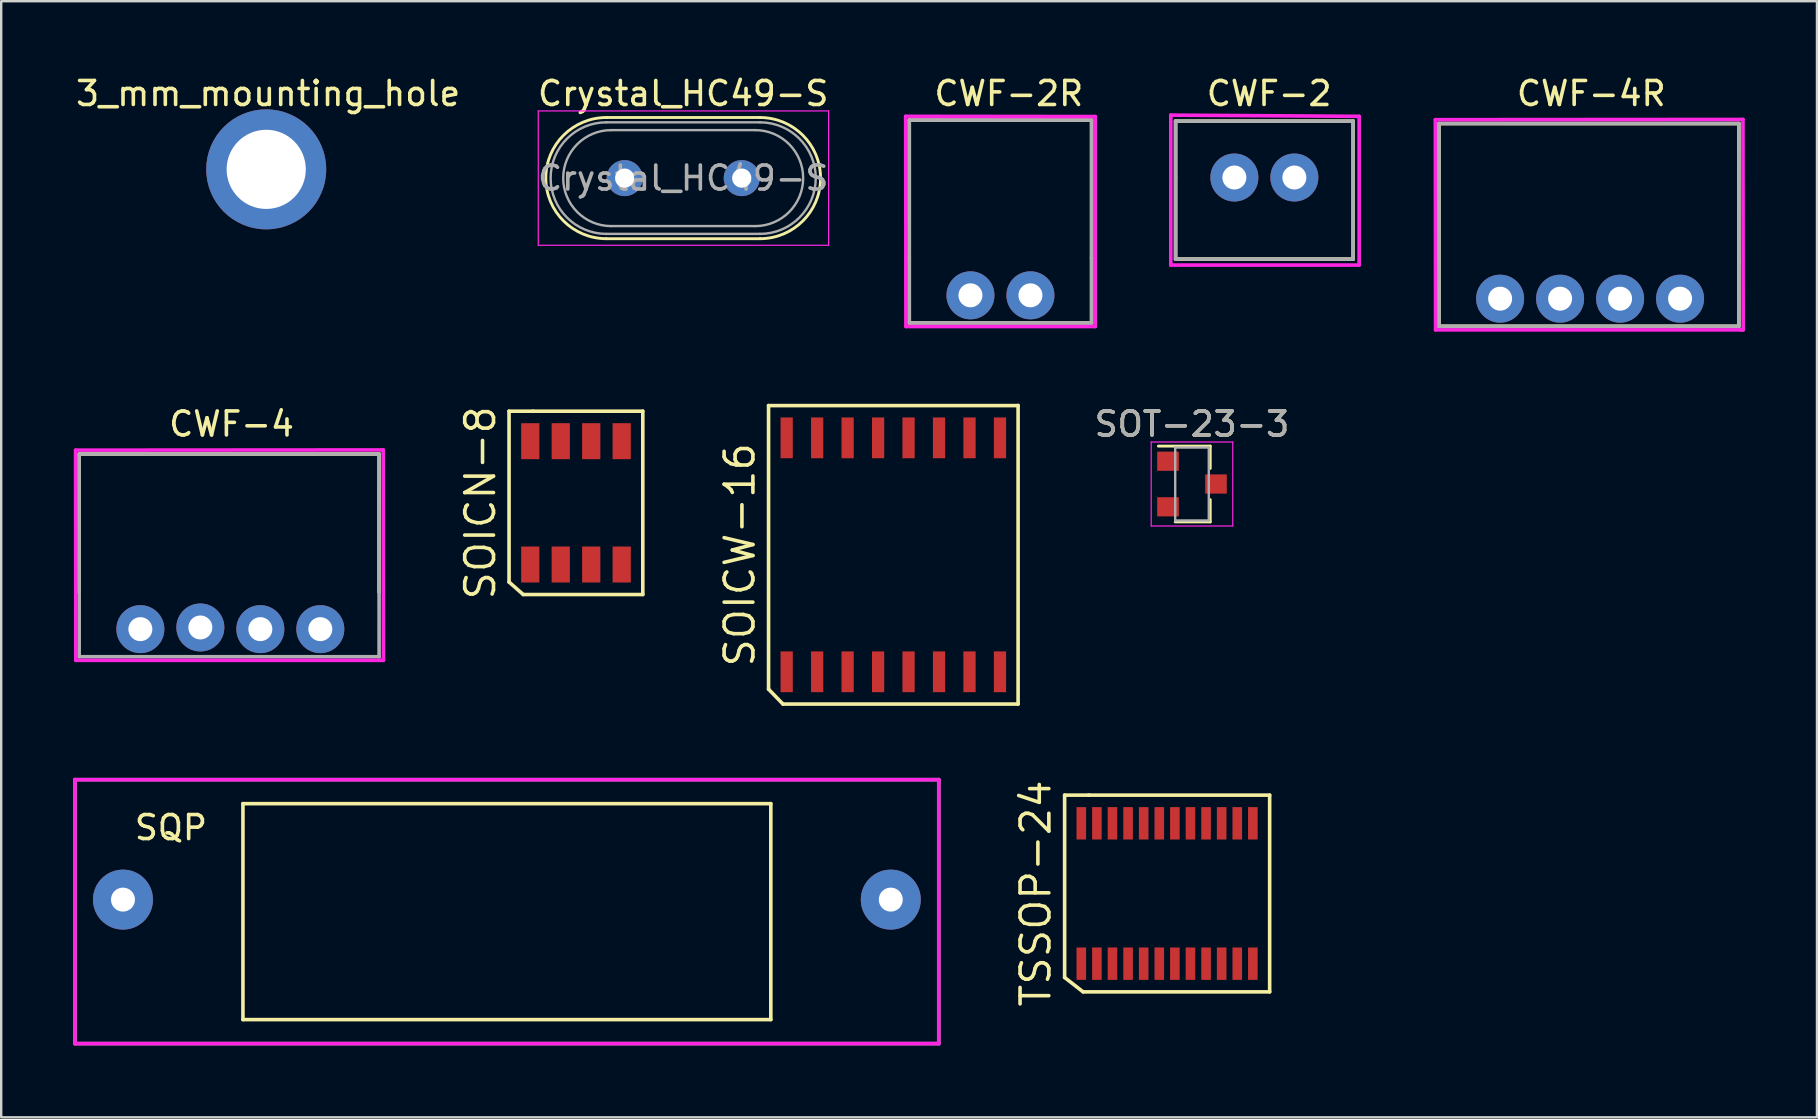
<source format=kicad_pcb>
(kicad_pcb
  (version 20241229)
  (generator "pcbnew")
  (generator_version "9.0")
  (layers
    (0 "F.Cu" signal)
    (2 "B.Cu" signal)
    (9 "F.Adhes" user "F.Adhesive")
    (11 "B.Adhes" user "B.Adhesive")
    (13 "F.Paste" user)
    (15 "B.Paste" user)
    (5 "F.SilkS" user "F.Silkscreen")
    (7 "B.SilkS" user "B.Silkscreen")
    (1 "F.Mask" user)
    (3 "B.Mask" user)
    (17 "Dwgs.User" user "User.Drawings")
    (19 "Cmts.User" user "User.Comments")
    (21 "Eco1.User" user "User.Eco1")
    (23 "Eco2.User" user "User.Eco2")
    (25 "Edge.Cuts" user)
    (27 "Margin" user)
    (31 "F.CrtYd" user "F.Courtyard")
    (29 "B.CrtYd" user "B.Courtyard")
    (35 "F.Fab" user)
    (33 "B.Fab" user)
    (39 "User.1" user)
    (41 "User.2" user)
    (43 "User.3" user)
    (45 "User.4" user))
  (footprint "SQP"
    (layer "F.Cu")
    (at 2.075 34.443)
    (property "Reference" "SQP" (at 2 -3 0) (layer "F.SilkS") (effects (font (size 1 1) (thickness 0.15))))
    (attr through_hole)
    (fp_line (start 5 -4) (end 27 -4) (stroke (width 0.15) (type solid)) (layer "F.SilkS"))
    (fp_line (start 5 5) (end 5 -4) (stroke (width 0.15) (type solid)) (layer "F.SilkS"))
    (fp_line (start 27 -4) (end 27 5) (stroke (width 0.15) (type solid)) (layer "F.SilkS"))
    (fp_line (start 27 5) (end 5 5) (stroke (width 0.15) (type solid)) (layer "F.SilkS"))
    (fp_line (start -2 -5) (end -2 6) (stroke (width 0.15) (type solid)) (layer "F.CrtYd"))
    (fp_line (start -2 6) (end 34 6) (stroke (width 0.15) (type solid)) (layer "F.CrtYd"))
    (fp_line (start 34 -5) (end -2 -5) (stroke (width 0.15) (type solid)) (layer "F.CrtYd"))
    (fp_line (start 34 6) (end 34 -5) (stroke (width 0.15) (type solid)) (layer "F.CrtYd"))
    (fp_line (start -2 -5) (end 34 -5) (stroke (width 0.15) (type solid)) (layer "F.Fab"))
    (fp_line (start -2 6) (end -2 -5) (stroke (width 0.15) (type solid)) (layer "F.Fab"))
    (fp_line (start 34 -5) (end 34 6) (stroke (width 0.15) (type solid)) (layer "F.Fab"))
    (fp_line (start 34 6) (end -2 6) (stroke (width 0.15) (type solid)) (layer "F.Fab"))
    (pad "1" thru_hole circle (at 0 0) (size 2.5 2.5) (drill 1) (layers "*.Cu" "*.Mask"))
    (pad "2" thru_hole circle (at 32 0) (size 2.5 2.5) (drill 1) (layers "*.Cu" "*.Mask")))
  (footprint "CWF-4"
    (layer "F.Cu")
    (at 0.25 15.871)
    (property "Reference" "CWF-4" (at 6.35 -1.25 0) (layer "F.SilkS") (effects (font (size 1 1) (thickness 0.15))))
    (attr through_hole)
    (fp_line (start 0 0) (end 0 5.75) (stroke (width 0.15) (type solid)) (layer "F.SilkS"))
    (fp_line (start 12.5 0) (end 0 0) (stroke (width 0.15) (type solid)) (layer "F.SilkS"))
    (fp_line (start 12.5 0) (end 12.5 5.75) (stroke (width 0.15) (type solid)) (layer "F.SilkS"))
    (fp_line (start -0.15 -0.16) (end -0.14 8.6) (stroke (width 0.15) (type solid)) (layer "F.CrtYd"))
    (fp_line (start -0.15 -0.16) (end 12.67 -0.17) (stroke (width 0.15) (type solid)) (layer "F.CrtYd"))
    (fp_line (start -0.14 8.6) (end 12.6 8.6) (stroke (width 0.15) (type solid)) (layer "F.CrtYd"))
    (fp_line (start 12.67 -0.17) (end 12.68 8.6) (stroke (width 0.15) (type solid)) (layer "F.CrtYd"))
    (fp_line (start 12.68 8.6) (end 12.57 8.6) (stroke (width 0.15) (type solid)) (layer "F.CrtYd"))
    (fp_line (start 0 0) (end 0 5.75) (stroke (width 0.15) (type solid)) (layer "F.Fab"))
    (fp_line (start 0 5.74) (end 0 8.45) (stroke (width 0.15) (type solid)) (layer "F.Fab"))
    (fp_line (start 0 8.45) (end 12.5 8.45) (stroke (width 0.15) (type solid)) (layer "F.Fab"))
    (fp_line (start 12.5 0) (end 0 0) (stroke (width 0.15) (type solid)) (layer "F.Fab"))
    (fp_line (start 12.5 0) (end 12.5 5.75) (stroke (width 0.15) (type solid)) (layer "F.Fab"))
    (fp_line (start 12.5 5.75) (end 12.5 8.45) (stroke (width 0.15) (type solid)) (layer "F.Fab"))
    (pad "1" thru_hole circle (at 2.55 7.3) (size 2 2) (drill 1) (layers "*.Cu" "*.Mask"))
    (pad "2" thru_hole circle (at 5.05 7.23) (size 2 2) (drill 1) (layers "*.Cu" "*.Mask"))
    (pad "3" thru_hole circle (at 7.55 7.3) (size 2 2) (drill 1) (layers "*.Cu" "*.Mask"))
    (pad "4" thru_hole circle (at 10.05 7.3) (size 2 2) (drill 1) (layers "*.Cu" "*.Mask")))
  (footprint "CWF-2"
    (layer "F.Cu")
    (at 45.945 1.998)
    (property "Reference" "CWF-2" (at 3.9 -1.15 0) (layer "F.SilkS") (effects (font (size 1 1) (thickness 0.15))))
    (attr through_hole)
    (fp_line (start 0 0) (end 0 5.75) (stroke (width 0.15) (type solid)) (layer "F.SilkS"))
    (fp_line (start 0 5.75) (end 7.4 5.75) (stroke (width 0.15) (type solid)) (layer "F.SilkS"))
    (fp_line (start 7.4 0) (end 0 0) (stroke (width 0.15) (type solid)) (layer "F.SilkS"))
    (fp_line (start 7.4 5.75) (end 7.4 0) (stroke (width 0.15) (type solid)) (layer "F.SilkS"))
    (fp_line (start -0.2 -0.25) (end -0.2 6) (stroke (width 0.15) (type solid)) (layer "F.CrtYd"))
    (fp_line (start -0.2 6) (end 7.65 6) (stroke (width 0.15) (type solid)) (layer "F.CrtYd"))
    (fp_line (start 7.65 -0.2) (end -0.2 -0.25) (stroke (width 0.15) (type solid)) (layer "F.CrtYd"))
    (fp_line (start 7.65 6) (end 7.65 -0.2) (stroke (width 0.15) (type solid)) (layer "F.CrtYd"))
    (fp_line (start 0 0) (end 0 2.35) (stroke (width 0.15) (type solid)) (layer "F.Fab"))
    (fp_line (start 0 2.35) (end 0 5.75) (stroke (width 0.15) (type solid)) (layer "F.Fab"))
    (fp_line (start 0 5.75) (end 7.4 5.75) (stroke (width 0.15) (type solid)) (layer "F.Fab"))
    (fp_line (start 7.4 0) (end 0 0) (stroke (width 0.15) (type solid)) (layer "F.Fab"))
    (fp_line (start 7.4 5.75) (end 7.4 0) (stroke (width 0.15) (type solid)) (layer "F.Fab"))
    (pad "1" thru_hole circle (at 2.45 2.35) (size 2 2) (drill 1) (layers "*.Cu" "*.Mask"))
    (pad "2" thru_hole circle (at 4.95 2.35) (size 2 2) (drill 1) (layers "*.Cu" "*.Mask")))
  (footprint "SOICN-8"
    (layer "F.Cu")
    (at 20.955 17.907)
    (property "Reference" "SOICN-8" (at -3.985 0 90) (layer "F.SilkS") (effects (font (size 1.2 1.2) (thickness 0.15))))
    (attr through_hole)
    (fp_line (start -2.79 -3.82) (end -2.79 3.3) (stroke (width 0.15) (type solid)) (layer "F.SilkS"))
    (fp_line (start -2.79 3.3) (end -2.2 3.82) (stroke (width 0.15) (type solid)) (layer "F.SilkS"))
    (fp_line (start -2.2 3.82) (end 2.785 3.82) (stroke (width 0.15) (type solid)) (layer "F.SilkS"))
    (fp_line (start -1.79 -3.82) (end -2.79 -3.82) (stroke (width 0.15) (type solid)) (layer "F.SilkS"))
    (fp_line (start 2.785 -3.82) (end -1.785 -3.82) (stroke (width 0.15) (type solid)) (layer "F.SilkS"))
    (fp_line (start 2.785 3.82) (end 2.785 -3.82) (stroke (width 0.15) (type solid)) (layer "F.SilkS"))
    (pad "1" smd rect (at -1.905 2.57) (size 0.76 1.5) (layers "F.Cu" "F.Mask" "F.Paste"))
    (pad "2" smd rect (at -0.635 2.57) (size 0.76 1.5) (layers "F.Cu" "F.Mask" "F.Paste"))
    (pad "3" smd rect (at 0.635 2.57) (size 0.76 1.5) (layers "F.Cu" "F.Mask" "F.Paste"))
    (pad "4" smd rect (at 1.905 2.57) (size 0.76 1.5) (layers "F.Cu" "F.Mask" "F.Paste"))
    (pad "5" smd rect (at 1.905 -2.57) (size 0.76 1.5) (layers "F.Cu" "F.Mask" "F.Paste"))
    (pad "6" smd rect (at 0.635 -2.57) (size 0.76 1.5) (layers "F.Cu" "F.Mask" "F.Paste"))
    (pad "7" smd rect (at -0.635 -2.57) (size 0.76 1.5) (layers "F.Cu" "F.Mask" "F.Paste"))
    (pad "8" smd rect (at -1.905 -2.57) (size 0.76 1.5) (layers "F.Cu" "F.Mask" "F.Paste")))
  (footprint "SOT-23-3"
    (layer "F.Cu")
    (at 46.628 17.122)
    (property "Reference" "SOT-23-3" (at 0 -2.5 0) (layer "F.SilkS") (effects (font (size 1 1) (thickness 0.15))))
    (attr smd)
    (fp_line (start 0.76 -1.58) (end -1.4 -1.58) (stroke (width 0.12) (type solid)) (layer "F.SilkS"))
    (fp_line (start 0.76 -1.58) (end 0.76 -0.65) (stroke (width 0.12) (type solid)) (layer "F.SilkS"))
    (fp_line (start 0.76 1.58) (end -0.7 1.58) (stroke (width 0.12) (type solid)) (layer "F.SilkS"))
    (fp_line (start 0.76 1.58) (end 0.76 0.65) (stroke (width 0.12) (type solid)) (layer "F.SilkS"))
    (fp_line (start -1.7 -1.75) (end 1.7 -1.75) (stroke (width 0.05) (type solid)) (layer "F.CrtYd"))
    (fp_line (start -1.7 1.75) (end -1.7 -1.75) (stroke (width 0.05) (type solid)) (layer "F.CrtYd"))
    (fp_line (start 1.7 -1.75) (end 1.7 1.75) (stroke (width 0.05) (type solid)) (layer "F.CrtYd"))
    (fp_line (start 1.7 1.75) (end -1.7 1.75) (stroke (width 0.05) (type solid)) (layer "F.CrtYd"))
    (fp_line (start -0.7 -1.52) (end -0.7 1.52) (stroke (width 0.1) (type solid)) (layer "F.Fab"))
    (fp_line (start -0.7 -1.52) (end 0.7 -1.52) (stroke (width 0.1) (type solid)) (layer "F.Fab"))
    (fp_line (start -0.7 1.52) (end 0.7 1.52) (stroke (width 0.1) (type solid)) (layer "F.Fab"))
    (fp_line (start 0.7 -1.52) (end 0.7 1.52) (stroke (width 0.1) (type solid)) (layer "F.Fab"))
    (fp_text user "${REFERENCE}" (at 0 -2.5 0) (layer "F.Fab") (effects (font (size 1 1) (thickness 0.15))))
    (pad "1" smd rect (at -1 -0.95) (size 0.9 0.8) (layers "F.Cu" "F.Mask" "F.Paste"))
    (pad "2" smd rect (at -1 0.95) (size 0.9 0.8) (layers "F.Cu" "F.Mask" "F.Paste"))
    (pad "3" smd rect (at 1 0) (size 0.9 0.8) (layers "F.Cu" "F.Mask" "F.Paste")))
  (footprint "TSSOP-24"
    (layer "F.Cu")
    (at 45.59 34.188)
    (property "Reference" "TSSOP-24" (at -5.475 0 90) (layer "F.SilkS") (effects (font (size 1.2 1.2) (thickness 0.15))))
    (attr through_hole)
    (fp_line (start -4.27 -4.1) (end -4.27 3.5) (stroke (width 0.15) (type solid)) (layer "F.SilkS"))
    (fp_line (start -3.5 4.1) (end -4.27 3.5) (stroke (width 0.15) (type solid)) (layer "F.SilkS"))
    (fp_line (start -3.5 4.1) (end 4.275 4.1) (stroke (width 0.15) (type solid)) (layer "F.SilkS"))
    (fp_line (start -3.24 -4.1) (end -4.27 -4.1) (stroke (width 0.15) (type solid)) (layer "F.SilkS"))
    (fp_line (start 4.275 -4.1) (end -3.275 -4.1) (stroke (width 0.15) (type solid)) (layer "F.SilkS"))
    (fp_line (start 4.275 4.1) (end 4.275 -4.1) (stroke (width 0.15) (type solid)) (layer "F.SilkS"))
    (pad "1" smd rect (at -3.575 2.925) (size 0.4 1.35) (layers "F.Cu" "F.Mask" "F.Paste"))
    (pad "2" smd rect (at -2.925 2.925) (size 0.4 1.35) (layers "F.Cu" "F.Mask" "F.Paste"))
    (pad "3" smd rect (at -2.275 2.925) (size 0.4 1.35) (layers "F.Cu" "F.Mask" "F.Paste"))
    (pad "4" smd rect (at -1.625 2.925) (size 0.4 1.35) (layers "F.Cu" "F.Mask" "F.Paste"))
    (pad "5" smd rect (at -0.975 2.925) (size 0.4 1.35) (layers "F.Cu" "F.Mask" "F.Paste"))
    (pad "6" smd rect (at -0.325 2.925) (size 0.4 1.35) (layers "F.Cu" "F.Mask" "F.Paste"))
    (pad "7" smd rect (at 0.325 2.925) (size 0.4 1.35) (layers "F.Cu" "F.Mask" "F.Paste"))
    (pad "8" smd rect (at 0.975 2.925) (size 0.4 1.35) (layers "F.Cu" "F.Mask" "F.Paste"))
    (pad "9" smd rect (at 1.625 2.925) (size 0.4 1.35) (layers "F.Cu" "F.Mask" "F.Paste"))
    (pad "10" smd rect (at 2.275 2.925) (size 0.4 1.35) (layers "F.Cu" "F.Mask" "F.Paste"))
    (pad "11" smd rect (at 2.925 2.925) (size 0.4 1.35) (layers "F.Cu" "F.Mask" "F.Paste"))
    (pad "12" smd rect (at 3.575 2.925) (size 0.4 1.35) (layers "F.Cu" "F.Mask" "F.Paste"))
    (pad "13" smd rect (at 3.575 -2.925) (size 0.4 1.35) (layers "F.Cu" "F.Mask" "F.Paste"))
    (pad "14" smd rect (at 2.925 -2.925) (size 0.4 1.35) (layers "F.Cu" "F.Mask" "F.Paste"))
    (pad "15" smd rect (at 2.275 -2.925) (size 0.4 1.35) (layers "F.Cu" "F.Mask" "F.Paste"))
    (pad "16" smd rect (at 1.625 -2.925) (size 0.4 1.35) (layers "F.Cu" "F.Mask" "F.Paste"))
    (pad "17" smd rect (at 0.975 -2.925) (size 0.4 1.35) (layers "F.Cu" "F.Mask" "F.Paste"))
    (pad "18" smd rect (at 0.325 -2.925) (size 0.4 1.35) (layers "F.Cu" "F.Mask" "F.Paste"))
    (pad "19" smd rect (at -0.325 -2.925) (size 0.4 1.35) (layers "F.Cu" "F.Mask" "F.Paste"))
    (pad "20" smd rect (at -0.975 -2.925) (size 0.4 1.35) (layers "F.Cu" "F.Mask" "F.Paste"))
    (pad "21" smd rect (at -1.625 -2.925) (size 0.4 1.35) (layers "F.Cu" "F.Mask" "F.Paste"))
    (pad "22" smd rect (at -2.275 -2.925) (size 0.4 1.35) (layers "F.Cu" "F.Mask" "F.Paste"))
    (pad "23" smd rect (at -2.925 -2.925) (size 0.4 1.35) (layers "F.Cu" "F.Mask" "F.Paste"))
    (pad "24" smd rect (at -3.575 -2.925) (size 0.4 1.35) (layers "F.Cu" "F.Mask" "F.Paste")))
  (footprint "3_mm_mounting_hole"
    (layer "F.Cu")
    (at 8.045 4.008)
    (property "Reference" "3_mm_mounting_hole" (at 0.08 -3.16 0) (layer "F.SilkS") (effects (font (size 1 1) (thickness 0.15))))
    (attr through_hole)
    (pad "1" thru_hole circle (at 0 0) (size 5 5) (drill 3.3) (layers "*.Cu" "*.Mask")))
  (footprint "SOICW-16"
    (layer "F.Cu")
    (at 34.181 20.073)
    (property "Reference" "SOICW-16" (at -6.4 0 90) (layer "F.SilkS") (effects (font (size 1.2 1.2) (thickness 0.15))))
    (attr through_hole)
    (fp_line (start -5.2 -6.22) (end -5.2 5.6) (stroke (width 0.15) (type solid)) (layer "F.SilkS"))
    (fp_line (start -5.2 -6.22) (end 5.2 -6.22) (stroke (width 0.15) (type solid)) (layer "F.SilkS"))
    (fp_line (start -5.2 5.6) (end -4.6 6.22) (stroke (width 0.15) (type solid)) (layer "F.SilkS"))
    (fp_line (start -4.6 6.22) (end 5.2 6.22) (stroke (width 0.15) (type solid)) (layer "F.SilkS"))
    (fp_line (start 5.2 6.22) (end 5.2 -6.225) (stroke (width 0.15) (type solid)) (layer "F.SilkS"))
    (pad "1" smd rect (at -4.445 4.875) (size 0.51 1.7) (layers "F.Cu" "F.Mask" "F.Paste"))
    (pad "2" smd rect (at -3.175 4.875) (size 0.51 1.7) (layers "F.Cu" "F.Mask" "F.Paste"))
    (pad "3" smd rect (at -1.905 4.875) (size 0.51 1.7) (layers "F.Cu" "F.Mask" "F.Paste"))
    (pad "4" smd rect (at -0.635 4.875) (size 0.51 1.7) (layers "F.Cu" "F.Mask" "F.Paste"))
    (pad "5" smd rect (at 0.635 4.875) (size 0.51 1.7) (layers "F.Cu" "F.Mask" "F.Paste"))
    (pad "6" smd rect (at 1.905 4.875) (size 0.51 1.7) (layers "F.Cu" "F.Mask" "F.Paste"))
    (pad "7" smd rect (at 3.175 4.875) (size 0.51 1.7) (layers "F.Cu" "F.Mask" "F.Paste"))
    (pad "8" smd rect (at 4.445 4.875) (size 0.51 1.7) (layers "F.Cu" "F.Mask" "F.Paste"))
    (pad "9" smd rect (at 4.445 -4.875) (size 0.51 1.7) (layers "F.Cu" "F.Mask" "F.Paste"))
    (pad "10" smd rect (at 3.175 -4.875) (size 0.51 1.7) (layers "F.Cu" "F.Mask" "F.Paste"))
    (pad "11" smd rect (at 1.905 -4.875) (size 0.51 1.7) (layers "F.Cu" "F.Mask" "F.Paste"))
    (pad "12" smd rect (at 0.635 -4.875) (size 0.51 1.7) (layers "F.Cu" "F.Mask" "F.Paste"))
    (pad "13" smd rect (at -0.635 -4.875) (size 0.51 1.7) (layers "F.Cu" "F.Mask" "F.Paste"))
    (pad "14" smd rect (at -1.905 -4.875) (size 0.51 1.7) (layers "F.Cu" "F.Mask" "F.Paste"))
    (pad "15" smd rect (at -3.175 -4.875) (size 0.51 1.7) (layers "F.Cu" "F.Mask" "F.Paste"))
    (pad "16" smd rect (at -4.445 -4.875) (size 0.51 1.7) (layers "F.Cu" "F.Mask" "F.Paste")))
  (footprint "CWF-2R"
    (layer "F.Cu")
    (at 34.845 1.958)
    (property "Reference" "CWF-2R" (at 4.15 -1.11 0) (layer "F.SilkS") (effects (font (size 1 1) (thickness 0.15))))
    (attr through_hole)
    (fp_line (start 0 0) (end 0 5.75) (stroke (width 0.15) (type solid)) (layer "F.SilkS"))
    (fp_line (start 0 8.45) (end 0 5.74) (stroke (width 0.15) (type solid)) (layer "F.SilkS"))
    (fp_line (start 7.6 0) (end 0 0) (stroke (width 0.15) (type solid)) (layer "F.SilkS"))
    (fp_line (start 7.6 0) (end 7.6 5.75) (stroke (width 0.15) (type solid)) (layer "F.SilkS"))
    (fp_line (start 7.6 5.75) (end 7.6 8.45) (stroke (width 0.15) (type solid)) (layer "F.SilkS"))
    (fp_line (start 7.6 8.45) (end 0 8.45) (stroke (width 0.15) (type solid)) (layer "F.SilkS"))
    (fp_line (start -0.15 -0.16) (end -0.14 8.6) (stroke (width 0.15) (type solid)) (layer "F.CrtYd"))
    (fp_line (start -0.15 -0.16) (end 7.75 -0.15) (stroke (width 0.15) (type solid)) (layer "F.CrtYd"))
    (fp_line (start -0.14 8.6) (end 7.75 8.6) (stroke (width 0.15) (type solid)) (layer "F.CrtYd"))
    (fp_line (start 7.75 -0.15) (end 7.75 8.6) (stroke (width 0.15) (type solid)) (layer "F.CrtYd"))
    (fp_line (start 0 0) (end 0 5.75) (stroke (width 0.15) (type solid)) (layer "F.Fab"))
    (fp_line (start 0 5.74) (end 0 8.45) (stroke (width 0.15) (type solid)) (layer "F.Fab"))
    (fp_line (start 0 8.45) (end 7.6 8.45) (stroke (width 0.15) (type solid)) (layer "F.Fab"))
    (fp_line (start 7.6 0) (end 0 0) (stroke (width 0.15) (type solid)) (layer "F.Fab"))
    (fp_line (start 7.6 0) (end 7.6 5.75) (stroke (width 0.15) (type solid)) (layer "F.Fab"))
    (fp_line (start 7.6 5.75) (end 7.6 8.45) (stroke (width 0.15) (type solid)) (layer "F.Fab"))
    (pad "1" thru_hole circle (at 2.55 7.3) (size 2 2) (drill 1) (layers "*.Cu" "*.Mask"))
    (pad "2" thru_hole circle (at 5.05 7.3) (size 2 2) (drill 1) (layers "*.Cu" "*.Mask")))
  (footprint "Crystal_HC49-S"
    (layer "F.Cu")
    (at 22.983 4.373)
    (property "Reference" "Crystal_HC49-S" (at 2.44 -3.525 0) (layer "F.SilkS") (effects (font (size 1 1) (thickness 0.15))))
    (attr through_hole)
    (fp_line (start -0.76 -2.525) (end 5.64 -2.525) (stroke (width 0.12) (type solid)) (layer "F.SilkS"))
    (fp_line (start -0.76 2.525) (end 5.64 2.525) (stroke (width 0.12) (type solid)) (layer "F.SilkS"))
    (fp_arc (start -0.76 2.525) (mid -3.285 0) (end -0.76 -2.525) (stroke (width 0.12) (type solid)) (layer "F.SilkS"))
    (fp_arc (start 5.64 -2.525) (mid 8.165 0) (end 5.64 2.525) (stroke (width 0.12) (type solid)) (layer "F.SilkS"))
    (fp_line (start -3.6 -2.8) (end -3.6 2.8) (stroke (width 0.05) (type solid)) (layer "F.CrtYd"))
    (fp_line (start -3.6 2.8) (end 8.5 2.8) (stroke (width 0.05) (type solid)) (layer "F.CrtYd"))
    (fp_line (start 8.5 -2.8) (end -3.6 -2.8) (stroke (width 0.05) (type solid)) (layer "F.CrtYd"))
    (fp_line (start 8.5 2.8) (end 8.5 -2.8) (stroke (width 0.05) (type solid)) (layer "F.CrtYd"))
    (fp_line (start -0.76 -2.325) (end 5.64 -2.325) (stroke (width 0.1) (type solid)) (layer "F.Fab"))
    (fp_line (start -0.76 2.325) (end 5.64 2.325) (stroke (width 0.1) (type solid)) (layer "F.Fab"))
    (fp_line (start -0.56 -2) (end 5.44 -2) (stroke (width 0.1) (type solid)) (layer "F.Fab"))
    (fp_line (start -0.56 2) (end 5.44 2) (stroke (width 0.1) (type solid)) (layer "F.Fab"))
    (fp_arc (start -0.76 2.325) (mid -3.085 0) (end -0.76 -2.325) (stroke (width 0.1) (type solid)) (layer "F.Fab"))
    (fp_arc (start -0.56 2) (mid -2.56 0) (end -0.56 -2) (stroke (width 0.1) (type solid)) (layer "F.Fab"))
    (fp_arc (start 5.44 -2) (mid 7.44 0) (end 5.44 2) (stroke (width 0.1) (type solid)) (layer "F.Fab"))
    (fp_arc (start 5.64 -2.325) (mid 7.965 0) (end 5.64 2.325) (stroke (width 0.1) (type solid)) (layer "F.Fab"))
    (fp_text user "${REFERENCE}" (at 2.44 0 0) (layer "F.Fab") (effects (font (size 1 1) (thickness 0.15))))
    (pad "1" thru_hole circle (at 0 0) (size 1.5 1.5) (drill 0.8) (layers "*.Cu" "*.Mask"))
    (pad "2" thru_hole circle (at 4.88 0) (size 1.5 1.5) (drill 0.8) (layers "*.Cu" "*.Mask")))
  (footprint "CWF-4R"
    (layer "F.Cu")
    (at 56.92 2.098)
    (property "Reference" "CWF-4R" (at 6.35 -1.25 0) (layer "F.SilkS") (effects (font (size 1 1) (thickness 0.15))))
    (attr through_hole)
    (fp_line (start 0 0) (end 0 5.75) (stroke (width 0.15) (type solid)) (layer "F.SilkS"))
    (fp_line (start 0 8.45) (end 0 5.74) (stroke (width 0.15) (type solid)) (layer "F.SilkS"))
    (fp_line (start 12.5 0) (end 0 0) (stroke (width 0.15) (type solid)) (layer "F.SilkS"))
    (fp_line (start 12.5 0) (end 12.5 5.75) (stroke (width 0.15) (type solid)) (layer "F.SilkS"))
    (fp_line (start 12.5 5.75) (end 12.5 8.45) (stroke (width 0.15) (type solid)) (layer "F.SilkS"))
    (fp_line (start 12.5 8.45) (end 0 8.45) (stroke (width 0.15) (type solid)) (layer "F.SilkS"))
    (fp_line (start -0.15 -0.16) (end -0.14 8.6) (stroke (width 0.15) (type solid)) (layer "F.CrtYd"))
    (fp_line (start -0.15 -0.16) (end 12.67 -0.17) (stroke (width 0.15) (type solid)) (layer "F.CrtYd"))
    (fp_line (start -0.14 8.6) (end 12.6 8.6) (stroke (width 0.15) (type solid)) (layer "F.CrtYd"))
    (fp_line (start 12.67 -0.17) (end 12.68 8.6) (stroke (width 0.15) (type solid)) (layer "F.CrtYd"))
    (fp_line (start 12.68 8.6) (end 12.57 8.6) (stroke (width 0.15) (type solid)) (layer "F.CrtYd"))
    (fp_line (start 0 0) (end 0 5.75) (stroke (width 0.15) (type solid)) (layer "F.Fab"))
    (fp_line (start 0 5.74) (end 0 8.45) (stroke (width 0.15) (type solid)) (layer "F.Fab"))
    (fp_line (start 0 8.45) (end 12.5 8.45) (stroke (width 0.15) (type solid)) (layer "F.Fab"))
    (fp_line (start 12.5 0) (end 0 0) (stroke (width 0.15) (type solid)) (layer "F.Fab"))
    (fp_line (start 12.5 0) (end 12.5 5.75) (stroke (width 0.15) (type solid)) (layer "F.Fab"))
    (fp_line (start 12.5 5.75) (end 12.5 8.45) (stroke (width 0.15) (type solid)) (layer "F.Fab"))
    (pad "1" thru_hole circle (at 2.55 7.3) (size 2 2) (drill 1) (layers "*.Cu" "*.Mask"))
    (pad "2" thru_hole circle (at 5.05 7.3) (size 2 2) (drill 1) (layers "*.Cu" "*.Mask"))
    (pad "3" thru_hole circle (at 7.55 7.3) (size 2 2) (drill 1) (layers "*.Cu" "*.Mask"))
    (pad "4" thru_hole circle (at 10.05 7.3) (size 2 2) (drill 1) (layers "*.Cu" "*.Mask")))
  (gr_rect
    (start -3 -3)
    (end 72.675 43.518)
    (stroke (width 0.1) (type default))
    (fill no)
    (layer "Edge.Cuts")))
</source>
